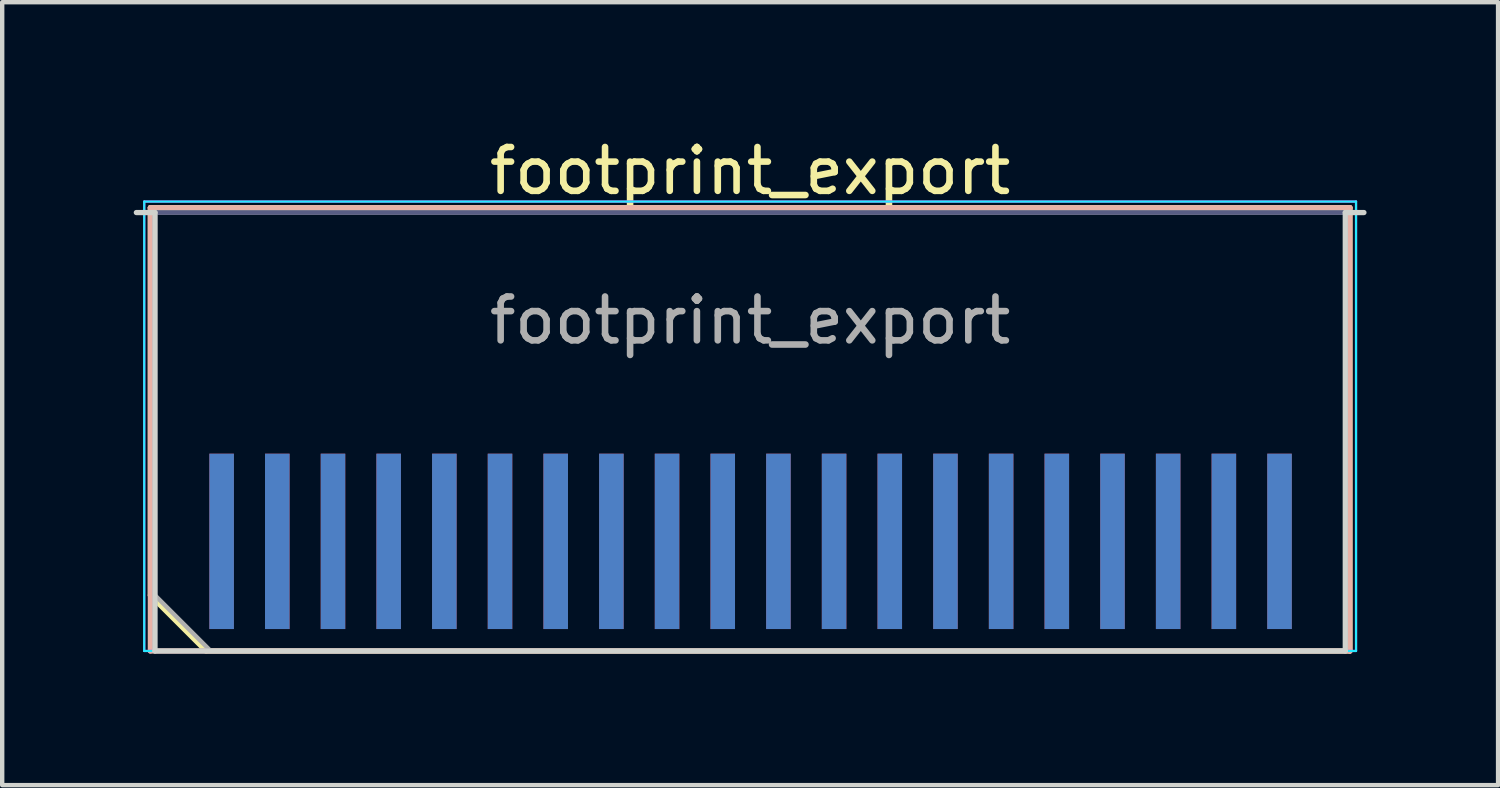
<source format=kicad_pcb>
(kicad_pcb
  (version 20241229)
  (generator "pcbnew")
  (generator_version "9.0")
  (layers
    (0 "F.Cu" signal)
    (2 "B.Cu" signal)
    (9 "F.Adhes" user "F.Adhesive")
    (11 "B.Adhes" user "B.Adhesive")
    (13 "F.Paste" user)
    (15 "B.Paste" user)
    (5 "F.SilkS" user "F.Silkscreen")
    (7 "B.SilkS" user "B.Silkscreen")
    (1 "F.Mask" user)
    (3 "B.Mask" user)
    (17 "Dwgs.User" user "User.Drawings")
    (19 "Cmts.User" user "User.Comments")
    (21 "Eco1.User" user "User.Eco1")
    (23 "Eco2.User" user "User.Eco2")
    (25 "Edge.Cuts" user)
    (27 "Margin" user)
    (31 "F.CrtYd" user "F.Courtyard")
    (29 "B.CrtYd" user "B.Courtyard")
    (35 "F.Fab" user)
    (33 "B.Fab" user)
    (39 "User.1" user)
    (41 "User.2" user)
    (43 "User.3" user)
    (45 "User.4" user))
  (footprint "footprint_export"
    (layer "F.Cu")
    (at 14.06 6.798)
    (property "Reference" "footprint_export" (at 0 -5.95 0) (layer "F.SilkS") (effects (font (size 1 1) (thickness 0.15))))
    (attr exclude_from_pos_files exclude_from_bom)
    (fp_line (start -13.68 -5.11) (end 13.68 -5.11) (stroke (width 0.12) (type solid)) (layer "F.SilkS"))
    (fp_line (start -13.68 3.73) (end -13.68 -5.11) (stroke (width 0.12) (type solid)) (layer "F.SilkS"))
    (fp_line (start -12.41 5) (end -13.68 3.73) (stroke (width 0.12) (type solid)) (layer "F.SilkS"))
    (fp_line (start -12.41 5) (end 13.68 5) (stroke (width 0.12) (type solid)) (layer "F.SilkS"))
    (fp_line (start 13.68 5) (end 13.68 -5.11) (stroke (width 0.12) (type solid)) (layer "F.SilkS"))
    (fp_line (start -13.68 -5.11) (end 13.68 -5.11) (stroke (width 0.12) (type solid)) (layer "B.SilkS"))
    (fp_line (start -13.68 5) (end -13.68 -5.11) (stroke (width 0.12) (type solid)) (layer "B.SilkS"))
    (fp_line (start -13.68 5) (end 13.68 5) (stroke (width 0.12) (type solid)) (layer "B.SilkS"))
    (fp_line (start 13.68 5) (end 13.68 -5.11) (stroke (width 0.12) (type solid)) (layer "B.SilkS"))
    (fp_line (start -14 -5) (end -13.575 -5) (stroke (width 0.12) (type solid)) (layer "Edge.Cuts"))
    (fp_line (start -13.575 5) (end -13.575 -5) (stroke (width 0.12) (type solid)) (layer "Edge.Cuts"))
    (fp_line (start -13.575 5) (end 13.575 5) (stroke (width 0.12) (type solid)) (layer "Edge.Cuts"))
    (fp_line (start 13.575 5) (end 13.575 -5) (stroke (width 0.12) (type solid)) (layer "Edge.Cuts"))
    (fp_line (start 14 -5) (end 13.575 -5) (stroke (width 0.12) (type solid)) (layer "Edge.Cuts"))
    (fp_line (start -13.82 -5.25) (end -13.82 5) (stroke (width 0.05) (type solid)) (layer "B.CrtYd"))
    (fp_line (start -13.82 5) (end 13.82 5) (stroke (width 0.05) (type solid)) (layer "B.CrtYd"))
    (fp_line (start 13.82 -5.25) (end -13.82 -5.25) (stroke (width 0.05) (type solid)) (layer "B.CrtYd"))
    (fp_line (start 13.82 5) (end 13.82 -5.25) (stroke (width 0.05) (type solid)) (layer "B.CrtYd"))
    (fp_line (start -13.82 -5.25) (end -13.82 5) (stroke (width 0.05) (type solid)) (layer "F.CrtYd"))
    (fp_line (start -13.82 5) (end 13.82 5) (stroke (width 0.05) (type solid)) (layer "F.CrtYd"))
    (fp_line (start 13.82 -5.25) (end -13.82 -5.25) (stroke (width 0.05) (type solid)) (layer "F.CrtYd"))
    (fp_line (start 13.82 5) (end 13.82 -5.25) (stroke (width 0.05) (type solid)) (layer "F.CrtYd"))
    (fp_line (start -13.575 -5) (end 13.575 -5) (stroke (width 0.1) (type solid)) (layer "B.Fab"))
    (fp_line (start -13.575 5) (end -13.575 -5) (stroke (width 0.1) (type solid)) (layer "B.Fab"))
    (fp_line (start -13.575 5) (end 13.575 5) (stroke (width 0.1) (type solid)) (layer "B.Fab"))
    (fp_line (start 13.575 5) (end 13.575 -5) (stroke (width 0.1) (type solid)) (layer "B.Fab"))
    (fp_line (start -13.575 -5) (end 13.575 -5) (stroke (width 0.1) (type solid)) (layer "F.Fab"))
    (fp_line (start -13.575 3.73) (end -13.575 -5) (stroke (width 0.1) (type solid)) (layer "F.Fab"))
    (fp_line (start -13.575 3.73) (end -12.305 5) (stroke (width 0.1) (type solid)) (layer "F.Fab"))
    (fp_line (start -12.305 5) (end 13.575 5) (stroke (width 0.1) (type solid)) (layer "F.Fab"))
    (fp_line (start 13.575 5) (end 13.575 -5) (stroke (width 0.1) (type solid)) (layer "F.Fab"))
    (fp_text user "${REFERENCE}" (at 0 -2.54 0) (layer "F.Fab") (effects (font (size 1 1) (thickness 0.15))))
    (pad "1" connect rect (at -12.055 2.5) (size 0.56 4) (layers "F.Cu" "F.Mask"))
    (pad "2" connect rect (at -12.055 2.5) (size 0.56 4) (layers "B.Cu" "B.Mask"))
    (pad "3" connect rect (at -10.785 2.5) (size 0.56 4) (layers "F.Cu" "F.Mask"))
    (pad "4" connect rect (at -10.785 2.5) (size 0.56 4) (layers "B.Cu" "B.Mask"))
    (pad "5" connect rect (at -9.515 2.5) (size 0.56 4) (layers "F.Cu" "F.Mask"))
    (pad "6" connect rect (at -9.515 2.5) (size 0.56 4) (layers "B.Cu" "B.Mask"))
    (pad "7" connect rect (at -8.245 2.5) (size 0.56 4) (layers "F.Cu" "F.Mask"))
    (pad "8" connect rect (at -8.245 2.5) (size 0.56 4) (layers "B.Cu" "B.Mask"))
    (pad "9" connect rect (at -6.975 2.5) (size 0.56 4) (layers "F.Cu" "F.Mask"))
    (pad "10" connect rect (at -6.975 2.5) (size 0.56 4) (layers "B.Cu" "B.Mask"))
    (pad "11" connect rect (at -5.705 2.5) (size 0.56 4) (layers "F.Cu" "F.Mask"))
    (pad "12" connect rect (at -5.705 2.5) (size 0.56 4) (layers "B.Cu" "B.Mask"))
    (pad "13" connect rect (at -4.435 2.5) (size 0.56 4) (layers "F.Cu" "F.Mask"))
    (pad "14" connect rect (at -4.435 2.5) (size 0.56 4) (layers "B.Cu" "B.Mask"))
    (pad "15" connect rect (at -3.165 2.5) (size 0.56 4) (layers "F.Cu" "F.Mask"))
    (pad "16" connect rect (at -3.165 2.5) (size 0.56 4) (layers "B.Cu" "B.Mask"))
    (pad "17" connect rect (at -1.895 2.5) (size 0.56 4) (layers "F.Cu" "F.Mask"))
    (pad "18" connect rect (at -1.895 2.5) (size 0.56 4) (layers "B.Cu" "B.Mask"))
    (pad "19" connect rect (at -0.625 2.5) (size 0.56 4) (layers "F.Cu" "F.Mask"))
    (pad "20" connect rect (at -0.625 2.5) (size 0.56 4) (layers "B.Cu" "B.Mask"))
    (pad "21" connect rect (at 0.645 2.5) (size 0.56 4) (layers "F.Cu" "F.Mask"))
    (pad "22" connect rect (at 0.645 2.5) (size 0.56 4) (layers "B.Cu" "B.Mask"))
    (pad "23" connect rect (at 1.915 2.5) (size 0.56 4) (layers "F.Cu" "F.Mask"))
    (pad "24" connect rect (at 1.915 2.5) (size 0.56 4) (layers "B.Cu" "B.Mask"))
    (pad "25" connect rect (at 3.185 2.5) (size 0.56 4) (layers "F.Cu" "F.Mask"))
    (pad "26" connect rect (at 3.185 2.5) (size 0.56 4) (layers "B.Cu" "B.Mask"))
    (pad "27" connect rect (at 4.455 2.5) (size 0.56 4) (layers "F.Cu" "F.Mask"))
    (pad "28" connect rect (at 4.455 2.5) (size 0.56 4) (layers "B.Cu" "B.Mask"))
    (pad "29" connect rect (at 5.725 2.5) (size 0.56 4) (layers "F.Cu" "F.Mask"))
    (pad "30" connect rect (at 5.725 2.5) (size 0.56 4) (layers "B.Cu" "B.Mask"))
    (pad "31" connect rect (at 6.995 2.5) (size 0.56 4) (layers "F.Cu" "F.Mask"))
    (pad "32" connect rect (at 6.995 2.5) (size 0.56 4) (layers "B.Cu" "B.Mask"))
    (pad "33" connect rect (at 8.265 2.5) (size 0.56 4) (layers "F.Cu" "F.Mask"))
    (pad "34" connect rect (at 8.265 2.5) (size 0.56 4) (layers "B.Cu" "B.Mask"))
    (pad "35" connect rect (at 9.535 2.5) (size 0.56 4) (layers "F.Cu" "F.Mask"))
    (pad "36" connect rect (at 9.535 2.5) (size 0.56 4) (layers "B.Cu" "B.Mask"))
    (pad "37" connect rect (at 10.805 2.5) (size 0.56 4) (layers "F.Cu" "F.Mask"))
    (pad "38" connect rect (at 10.805 2.5) (size 0.56 4) (layers "B.Cu" "B.Mask"))
    (pad "39" connect rect (at 12.075 2.5) (size 0.56 4) (layers "F.Cu" "F.Mask"))
    (pad "40" connect rect (at 12.075 2.5) (size 0.56 4) (layers "B.Cu" "B.Mask")))
  (gr_rect
    (start -3 -3)
    (end 31.12 14.858)
    (stroke (width 0.1) (type default))
    (fill no)
    (layer "Edge.Cuts")))
</source>
